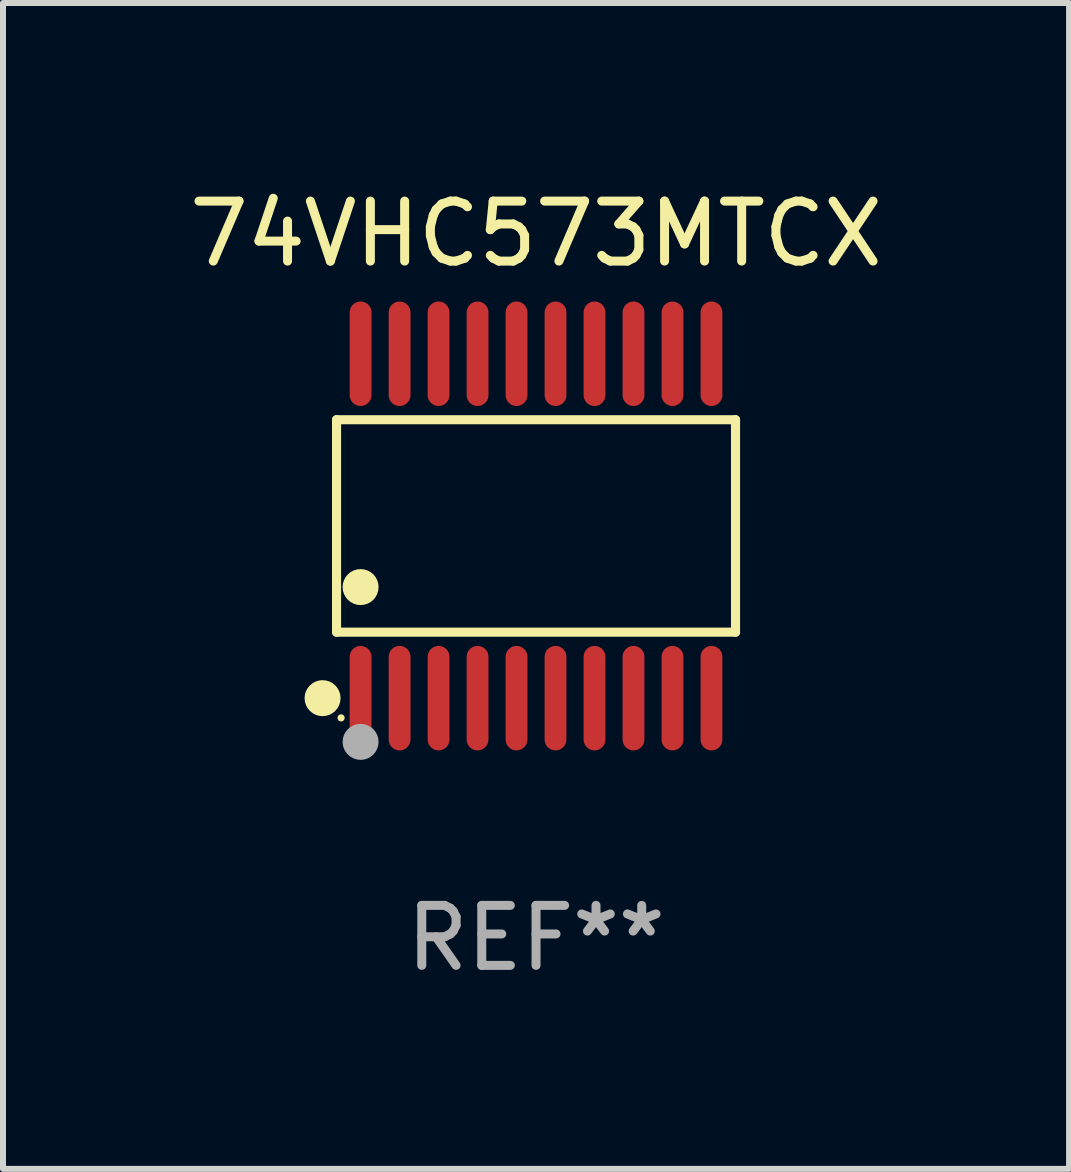
<source format=kicad_pcb>
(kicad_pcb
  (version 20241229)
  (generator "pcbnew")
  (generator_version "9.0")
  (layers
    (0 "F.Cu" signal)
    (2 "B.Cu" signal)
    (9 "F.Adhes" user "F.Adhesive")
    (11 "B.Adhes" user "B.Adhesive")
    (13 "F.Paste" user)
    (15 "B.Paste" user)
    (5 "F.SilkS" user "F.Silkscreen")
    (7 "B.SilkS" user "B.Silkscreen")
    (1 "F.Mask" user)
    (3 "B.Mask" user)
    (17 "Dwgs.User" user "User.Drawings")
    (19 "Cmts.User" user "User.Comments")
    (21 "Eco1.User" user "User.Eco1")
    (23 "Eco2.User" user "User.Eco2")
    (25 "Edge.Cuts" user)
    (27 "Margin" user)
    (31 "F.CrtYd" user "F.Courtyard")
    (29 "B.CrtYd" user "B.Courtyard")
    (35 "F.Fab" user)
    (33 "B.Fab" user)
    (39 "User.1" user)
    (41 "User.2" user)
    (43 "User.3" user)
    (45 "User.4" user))
  (footprint "74VHC573MTCX"
    (layer "F.Cu")
    (at 5.887 5.719)
    (property "Reference" "74VHC573MTCX" (at 0 -4.871 0) (layer "F.SilkS") (effects (font (size 1 1) (thickness 0.15))))
    (attr through_hole)
    (fp_line (start -3.326 -1.771) (end 3.326 -1.771) (stroke (width 0.152) (type solid)) (layer "F.SilkS"))
    (fp_line (start -3.326 1.771) (end -3.326 -1.771) (stroke (width 0.152) (type solid)) (layer "F.SilkS"))
    (fp_line (start 3.326 -1.771) (end 3.326 1.771) (stroke (width 0.152) (type solid)) (layer "F.SilkS"))
    (fp_line (start 3.326 1.771) (end -3.326 1.771) (stroke (width 0.152) (type solid)) (layer "F.SilkS"))
    (fp_circle (center -3.559 2.871) (end -3.409 2.871) (stroke (width 0.3) (type solid)) (fill no) (layer "F.SilkS"))
    (fp_circle (center -3.25 3.2) (end -3.22 3.2) (stroke (width 0.06) (type solid)) (fill no) (layer "F.SilkS"))
    (fp_circle (center -2.925 1.019) (end -2.775 1.019) (stroke (width 0.3) (type solid)) (fill no) (layer "F.SilkS"))
    (fp_circle (center -2.925 3.6) (end -2.775 3.6) (stroke (width 0.3) (type solid)) (fill no) (layer "F.Fab"))
    (fp_text user "REF**" (at 0 6.871 0) (layer "F.Fab") (effects (font (size 1 1) (thickness 0.15))))
    (pad "1" smd oval (at -2.925 2.871) (size 0.364 1.742) (layers "F.Cu" "F.Mask" "F.Paste"))
    (pad "2" smd oval (at -2.275 2.871) (size 0.364 1.742) (layers "F.Cu" "F.Mask" "F.Paste"))
    (pad "3" smd oval (at -1.625 2.871) (size 0.364 1.742) (layers "F.Cu" "F.Mask" "F.Paste"))
    (pad "4" smd oval (at -0.975 2.871) (size 0.364 1.742) (layers "F.Cu" "F.Mask" "F.Paste"))
    (pad "5" smd oval (at -0.325 2.871) (size 0.364 1.742) (layers "F.Cu" "F.Mask" "F.Paste"))
    (pad "6" smd oval (at 0.325 2.871) (size 0.364 1.742) (layers "F.Cu" "F.Mask" "F.Paste"))
    (pad "7" smd oval (at 0.975 2.871) (size 0.364 1.742) (layers "F.Cu" "F.Mask" "F.Paste"))
    (pad "8" smd oval (at 1.625 2.871) (size 0.364 1.742) (layers "F.Cu" "F.Mask" "F.Paste"))
    (pad "9" smd oval (at 2.275 2.871) (size 0.364 1.742) (layers "F.Cu" "F.Mask" "F.Paste"))
    (pad "10" smd oval (at 2.925 2.871) (size 0.364 1.742) (layers "F.Cu" "F.Mask" "F.Paste"))
    (pad "11" smd oval (at 2.925 -2.871) (size 0.364 1.742) (layers "F.Cu" "F.Mask" "F.Paste"))
    (pad "12" smd oval (at 2.275 -2.871) (size 0.364 1.742) (layers "F.Cu" "F.Mask" "F.Paste"))
    (pad "13" smd oval (at 1.625 -2.871) (size 0.364 1.742) (layers "F.Cu" "F.Mask" "F.Paste"))
    (pad "14" smd oval (at 0.975 -2.871) (size 0.364 1.742) (layers "F.Cu" "F.Mask" "F.Paste"))
    (pad "15" smd oval (at 0.325 -2.871) (size 0.364 1.742) (layers "F.Cu" "F.Mask" "F.Paste"))
    (pad "16" smd oval (at -0.325 -2.871) (size 0.364 1.742) (layers "F.Cu" "F.Mask" "F.Paste"))
    (pad "17" smd oval (at -0.975 -2.871) (size 0.364 1.742) (layers "F.Cu" "F.Mask" "F.Paste"))
    (pad "18" smd oval (at -1.625 -2.871) (size 0.364 1.742) (layers "F.Cu" "F.Mask" "F.Paste"))
    (pad "19" smd oval (at -2.275 -2.871) (size 0.364 1.742) (layers "F.Cu" "F.Mask" "F.Paste"))
    (pad "20" smd oval (at -2.925 -2.871) (size 0.364 1.742) (layers "F.Cu" "F.Mask" "F.Paste")))
  (gr_rect
    (start -3 -3)
    (end 14.774 16.438)
    (stroke (width 0.1) (type default))
    (fill no)
    (layer "Edge.Cuts")))
</source>
